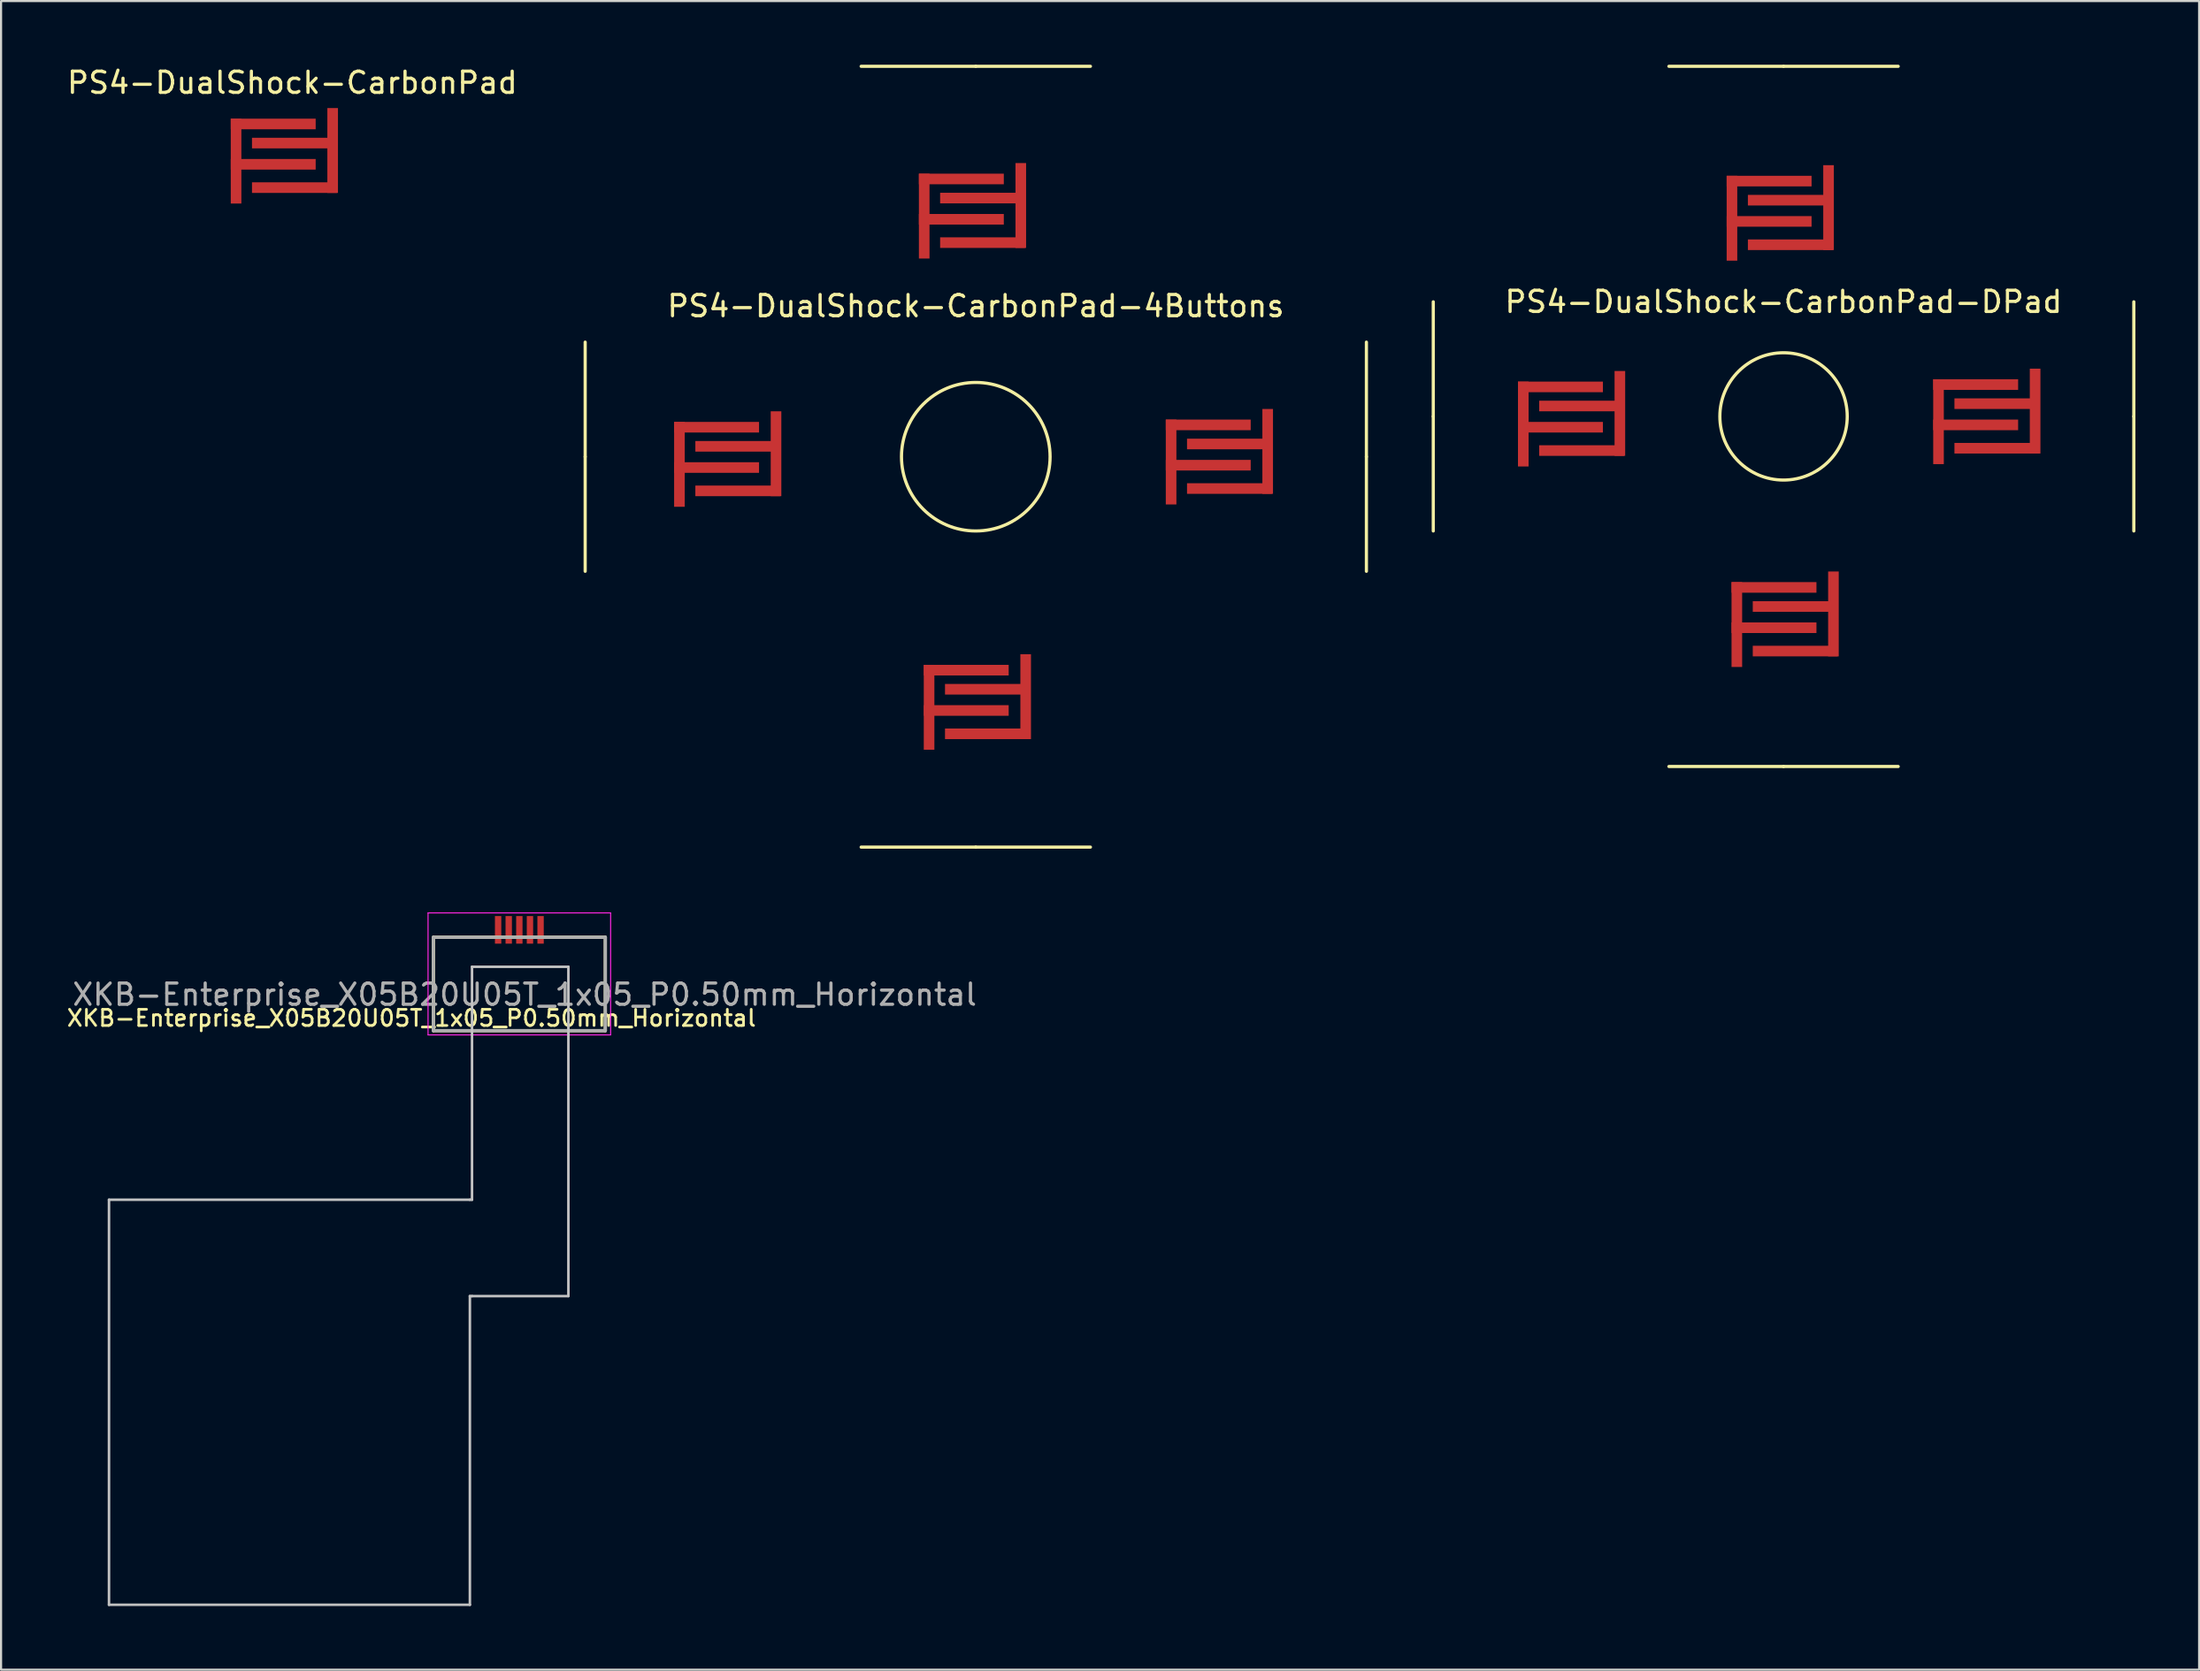
<source format=kicad_pcb>
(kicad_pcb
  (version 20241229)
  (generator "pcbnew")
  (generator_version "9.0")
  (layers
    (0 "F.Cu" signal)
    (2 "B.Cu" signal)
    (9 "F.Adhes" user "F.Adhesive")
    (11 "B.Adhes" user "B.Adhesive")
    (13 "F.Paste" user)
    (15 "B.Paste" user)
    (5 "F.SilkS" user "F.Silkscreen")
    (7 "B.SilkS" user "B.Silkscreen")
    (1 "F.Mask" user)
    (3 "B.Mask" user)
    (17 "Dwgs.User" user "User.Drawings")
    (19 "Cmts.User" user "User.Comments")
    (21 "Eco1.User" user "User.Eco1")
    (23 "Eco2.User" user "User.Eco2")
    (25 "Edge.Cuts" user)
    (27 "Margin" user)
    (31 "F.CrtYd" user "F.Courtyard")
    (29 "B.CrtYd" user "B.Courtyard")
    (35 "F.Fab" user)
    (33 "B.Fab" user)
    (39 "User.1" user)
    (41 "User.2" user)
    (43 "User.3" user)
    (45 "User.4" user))
  (footprint "PS4-DualShock-CarbonPad-4Buttons"
    (layer "F.Cu")
    (at 42.915 18.475)
    (property "Reference" "PS4-DualShock-CarbonPad-4Buttons" (at 0 -7.1 0) (layer "F.SilkS") (effects (font (size 1 1) (thickness 0.15))))
    (attr through_hole)
    (fp_line (start -18.4 0) (end -18.4 -5.4) (stroke (width 0.15) (type solid)) (layer "F.SilkS"))
    (fp_line (start -18.4 5.4) (end -18.4 0) (stroke (width 0.15) (type solid)) (layer "F.SilkS"))
    (fp_line (start -5.4 -18.4) (end 0 -18.4) (stroke (width 0.15) (type solid)) (layer "F.SilkS"))
    (fp_line (start -5.4 18.4) (end 0 18.4) (stroke (width 0.15) (type solid)) (layer "F.SilkS"))
    (fp_line (start 0 -18.4) (end 5.4 -18.4) (stroke (width 0.15) (type solid)) (layer "F.SilkS"))
    (fp_line (start 0 18.4) (end 5.4 18.4) (stroke (width 0.15) (type solid)) (layer "F.SilkS"))
    (fp_line (start 18.4 0) (end 18.4 -5.4) (stroke (width 0.15) (type solid)) (layer "F.SilkS"))
    (fp_line (start 18.4 5.4) (end 18.4 0) (stroke (width 0.15) (type solid)) (layer "F.SilkS"))
    (fp_circle (center 0 0) (end 3.5 0) (stroke (width 0.15) (type solid)) (fill no) (layer "F.SilkS"))
    (pad "1" smd rect (at -2.43 -11.34 180) (size 0.5 4) (layers "F.Cu" "F.Mask"))
    (pad "1" smd rect (at -0.68 -13.09 270) (size 0.5 4) (layers "F.Cu" "F.Mask"))
    (pad "1" smd rect (at -0.68 -11.19 90) (size 0.5 4) (layers "F.Cu" "F.Mask"))
    (pad "2" smd rect (at 0.32 -12.19 270) (size 0.5 4) (layers "F.Cu" "F.Mask"))
    (pad "2" smd rect (at 0.32 -10.09 90) (size 0.5 4) (layers "F.Cu" "F.Mask"))
    (pad "2" smd rect (at 2.12 -11.84) (size 0.5 4) (layers "F.Cu" "F.Mask"))
    (pad "3" smd rect (at 9.2 0.25 180) (size 0.5 4) (layers "F.Cu" "F.Mask"))
    (pad "3" smd rect (at 10.95 -1.5 270) (size 0.5 4) (layers "F.Cu" "F.Mask"))
    (pad "3" smd rect (at 10.95 0.4 90) (size 0.5 4) (layers "F.Cu" "F.Mask"))
    (pad "4" smd rect (at 11.95 -0.6 270) (size 0.5 4) (layers "F.Cu" "F.Mask"))
    (pad "4" smd rect (at 11.95 1.5 90) (size 0.5 4) (layers "F.Cu" "F.Mask"))
    (pad "4" smd rect (at 13.75 -0.25) (size 0.5 4) (layers "F.Cu" "F.Mask"))
    (pad "5" smd rect (at 0.55 10.96 270) (size 0.5 4) (layers "F.Cu" "F.Mask"))
    (pad "5" smd rect (at 0.55 13.06 90) (size 0.5 4) (layers "F.Cu" "F.Mask"))
    (pad "5" smd rect (at 2.35 11.31) (size 0.5 4) (layers "F.Cu" "F.Mask"))
    (pad "6" smd rect (at -2.2 11.81 180) (size 0.5 4) (layers "F.Cu" "F.Mask"))
    (pad "6" smd rect (at -0.45 10.06 270) (size 0.5 4) (layers "F.Cu" "F.Mask"))
    (pad "6" smd rect (at -0.45 11.96 90) (size 0.5 4) (layers "F.Cu" "F.Mask"))
    (pad "7" smd rect (at -11.21 -0.49 270) (size 0.5 4) (layers "F.Cu" "F.Mask"))
    (pad "7" smd rect (at -11.21 1.61 90) (size 0.5 4) (layers "F.Cu" "F.Mask"))
    (pad "7" smd rect (at -9.41 -0.14) (size 0.5 4) (layers "F.Cu" "F.Mask"))
    (pad "8" smd rect (at -13.96 0.36 180) (size 0.5 4) (layers "F.Cu" "F.Mask"))
    (pad "8" smd rect (at -12.21 -1.39 270) (size 0.5 4) (layers "F.Cu" "F.Mask"))
    (pad "8" smd rect (at -12.21 0.51 90) (size 0.5 4) (layers "F.Cu" "F.Mask")))
  (footprint "PS4-DualShock-CarbonPad-DPad"
    (layer "F.Cu")
    (at 80.965 16.575)
    (property "Reference" "PS4-DualShock-CarbonPad-DPad" (at 0 -5.4 0) (layer "F.SilkS") (effects (font (size 1 1) (thickness 0.15))))
    (attr through_hole)
    (fp_line (start -16.5 0) (end -16.5 -5.4) (stroke (width 0.15) (type solid)) (layer "F.SilkS"))
    (fp_line (start -16.5 5.4) (end -16.5 0) (stroke (width 0.15) (type solid)) (layer "F.SilkS"))
    (fp_line (start -5.4 -16.5) (end 0 -16.5) (stroke (width 0.15) (type solid)) (layer "F.SilkS"))
    (fp_line (start -5.4 16.5) (end 0 16.5) (stroke (width 0.15) (type solid)) (layer "F.SilkS"))
    (fp_line (start 0 -16.5) (end 5.4 -16.5) (stroke (width 0.15) (type solid)) (layer "F.SilkS"))
    (fp_line (start 0 16.5) (end 5.4 16.5) (stroke (width 0.15) (type solid)) (layer "F.SilkS"))
    (fp_line (start 16.5 0) (end 16.5 -5.4) (stroke (width 0.15) (type solid)) (layer "F.SilkS"))
    (fp_line (start 16.5 5.4) (end 16.5 0) (stroke (width 0.15) (type solid)) (layer "F.SilkS"))
    (fp_circle (center 0 0) (end 3 0) (stroke (width 0.15) (type solid)) (fill no) (layer "F.SilkS"))
    (pad "1" smd rect (at -2.43 -9.34 180) (size 0.5 4) (layers "F.Cu" "F.Mask"))
    (pad "1" smd rect (at -0.68 -11.09 270) (size 0.5 4) (layers "F.Cu" "F.Mask"))
    (pad "1" smd rect (at -0.68 -9.19 90) (size 0.5 4) (layers "F.Cu" "F.Mask"))
    (pad "2" smd rect (at 0.32 -10.19 270) (size 0.5 4) (layers "F.Cu" "F.Mask"))
    (pad "2" smd rect (at 0.32 -8.09 90) (size 0.5 4) (layers "F.Cu" "F.Mask"))
    (pad "2" smd rect (at 2.12 -9.84) (size 0.5 4) (layers "F.Cu" "F.Mask"))
    (pad "3" smd rect (at 7.3 0.25 180) (size 0.5 4) (layers "F.Cu" "F.Mask"))
    (pad "3" smd rect (at 9.05 -1.5 270) (size 0.5 4) (layers "F.Cu" "F.Mask"))
    (pad "3" smd rect (at 9.05 0.4 90) (size 0.5 4) (layers "F.Cu" "F.Mask"))
    (pad "4" smd rect (at 10.05 -0.6 270) (size 0.5 4) (layers "F.Cu" "F.Mask"))
    (pad "4" smd rect (at 10.05 1.5 90) (size 0.5 4) (layers "F.Cu" "F.Mask"))
    (pad "4" smd rect (at 11.85 -0.25) (size 0.5 4) (layers "F.Cu" "F.Mask"))
    (pad "5" smd rect (at 0.55 8.96 270) (size 0.5 4) (layers "F.Cu" "F.Mask"))
    (pad "5" smd rect (at 0.55 11.06 90) (size 0.5 4) (layers "F.Cu" "F.Mask"))
    (pad "5" smd rect (at 2.35 9.31) (size 0.5 4) (layers "F.Cu" "F.Mask"))
    (pad "6" smd rect (at -2.2 9.81 180) (size 0.5 4) (layers "F.Cu" "F.Mask"))
    (pad "6" smd rect (at -0.45 8.06 270) (size 0.5 4) (layers "F.Cu" "F.Mask"))
    (pad "6" smd rect (at -0.45 9.96 90) (size 0.5 4) (layers "F.Cu" "F.Mask"))
    (pad "7" smd rect (at -9.51 -0.49 270) (size 0.5 4) (layers "F.Cu" "F.Mask"))
    (pad "7" smd rect (at -9.51 1.61 90) (size 0.5 4) (layers "F.Cu" "F.Mask"))
    (pad "7" smd rect (at -7.71 -0.14) (size 0.5 4) (layers "F.Cu" "F.Mask"))
    (pad "8" smd rect (at -12.26 0.36 180) (size 0.5 4) (layers "F.Cu" "F.Mask"))
    (pad "8" smd rect (at -10.51 -1.39 270) (size 0.5 4) (layers "F.Cu" "F.Mask"))
    (pad "8" smd rect (at -10.51 0.51 90) (size 0.5 4) (layers "F.Cu" "F.Mask")))
  (footprint "XKB-Enterprise_X05B20U05T_1x05_P0.50mm_Horizontal"
    (placed yes)
    (layer "F.Cu")
    (at 21.414 41.125)
    (property "Reference" "XKB-Enterprise_X05B20U05T_1x05_P0.50mm_Horizontal" (at -5.08 3.81 0) (layer "F.SilkS") (effects (font (size 0.762 0.762) (thickness 0.127))))
    (attr smd)
    (fp_line (start -4.05 4.4) (end -4.05 0) (stroke (width 0.15) (type solid)) (layer "F.SilkS"))
    (fp_line (start 0 0) (end -4.05 0) (stroke (width 0.15) (type solid)) (layer "F.SilkS"))
    (fp_line (start 0 0) (end 4.05 0) (stroke (width 0.15) (type solid)) (layer "F.SilkS"))
    (fp_line (start 4.05 0) (end 4.05 4.4) (stroke (width 0.15) (type solid)) (layer "F.SilkS"))
    (fp_line (start 4.05 4.4) (end -4.05 4.4) (stroke (width 0.15) (type solid)) (layer "F.SilkS"))
    (fp_line (start -19.33 12.37) (end -19.33 31.46) (stroke (width 0.12) (type solid)) (layer "Dwgs.User"))
    (fp_line (start -19.33 31.46) (end -2.33 31.46) (stroke (width 0.12) (type solid)) (layer "Dwgs.User"))
    (fp_line (start -2.33 12.37) (end -19.33 12.37) (stroke (width 0.12) (type solid)) (layer "Dwgs.User"))
    (fp_line (start -2.33 31.46) (end -2.33 16.91) (stroke (width 0.12) (type solid)) (layer "Dwgs.User"))
    (fp_line (start -2.23 1.39) (end -2.23 12.37) (stroke (width 0.12) (type solid)) (layer "Dwgs.User"))
    (fp_line (start -2.23 1.39) (end 2.31 1.39) (stroke (width 0.12) (type solid)) (layer "Dwgs.User"))
    (fp_line (start -2.23 12.37) (end -2.33 12.37) (stroke (width 0.12) (type solid)) (layer "Dwgs.User"))
    (fp_line (start -2.23 16.91) (end -2.33 16.91) (stroke (width 0.12) (type solid)) (layer "Dwgs.User"))
    (fp_line (start 2.31 1.39) (end 2.31 16.91) (stroke (width 0.12) (type solid)) (layer "Dwgs.User"))
    (fp_line (start 2.31 16.91) (end -2.23 16.91) (stroke (width 0.12) (type solid)) (layer "Dwgs.User"))
    (fp_line (start -4.3 4.6) (end -4.3 -1.15) (stroke (width 0.05) (type solid)) (layer "F.CrtYd"))
    (fp_line (start 4.3 -1.15) (end -4.3 -1.15) (stroke (width 0.05) (type solid)) (layer "F.CrtYd"))
    (fp_line (start 4.3 -1.15) (end 4.3 4.6) (stroke (width 0.05) (type solid)) (layer "F.CrtYd"))
    (fp_line (start 4.3 4.6) (end -4.3 4.6) (stroke (width 0.05) (type solid)) (layer "F.CrtYd"))
    (fp_line (start -4.05 4.4) (end -4.05 0) (stroke (width 0.15) (type solid)) (layer "F.Fab"))
    (fp_line (start 0 0) (end -4.05 0) (stroke (width 0.15) (type solid)) (layer "F.Fab"))
    (fp_line (start 0 0) (end 4.05 0) (stroke (width 0.15) (type solid)) (layer "F.Fab"))
    (fp_line (start 4.05 0) (end 4.05 4.4) (stroke (width 0.15) (type solid)) (layer "F.Fab"))
    (fp_line (start 4.05 4.4) (end -4.05 4.4) (stroke (width 0.15) (type solid)) (layer "F.Fab"))
    (fp_text user "${REFERENCE}" (at 0.25 2.7 0) (layer "F.Fab") (effects (font (size 1 1) (thickness 0.15))))
    (pad "1" smd rect (at -1 -0.35) (size 0.3 1.3) (layers "F.Cu" "F.Mask" "F.Paste"))
    (pad "2" smd rect (at -0.5 -0.35) (size 0.3 1.3) (layers "F.Cu" "F.Mask" "F.Paste"))
    (pad "3" smd rect (at 0 -0.35) (size 0.3 1.3) (layers "F.Cu" "F.Mask" "F.Paste"))
    (pad "4" smd rect (at 0.5 -0.35) (size 0.3 1.3) (layers "F.Cu" "F.Mask" "F.Paste"))
    (pad "5" smd rect (at 1 -0.35) (size 0.3 1.3) (layers "F.Cu" "F.Mask" "F.Paste")))
  (footprint "PS4-DualShock-CarbonPad"
    (layer "F.Cu")
    (at 10.72 4.393)
    (property "Reference" "PS4-DualShock-CarbonPad" (at 0 -3.545 0) (layer "F.SilkS") (effects (font (size 1 1) (thickness 0.15))))
    (attr through_hole)
    (pad "1" smd rect (at -2.65 0.15 180) (size 0.5 4) (layers "F.Cu" "F.Mask"))
    (pad "1" smd rect (at -0.9 -1.6 270) (size 0.5 4) (layers "F.Cu" "F.Mask"))
    (pad "1" smd rect (at -0.9 0.3 90) (size 0.5 4) (layers "F.Cu" "F.Mask"))
    (pad "2" smd rect (at 0.1 -0.7 270) (size 0.5 4) (layers "F.Cu" "F.Mask"))
    (pad "2" smd rect (at 0.1 1.4 90) (size 0.5 4) (layers "F.Cu" "F.Mask"))
    (pad "2" smd rect (at 1.9 -0.35) (size 0.5 4) (layers "F.Cu" "F.Mask")))
  (gr_rect
    (start -3 -3)
    (end 100.54 75.645)
    (stroke (width 0.1) (type default))
    (fill no)
    (layer "Edge.Cuts")))
</source>
